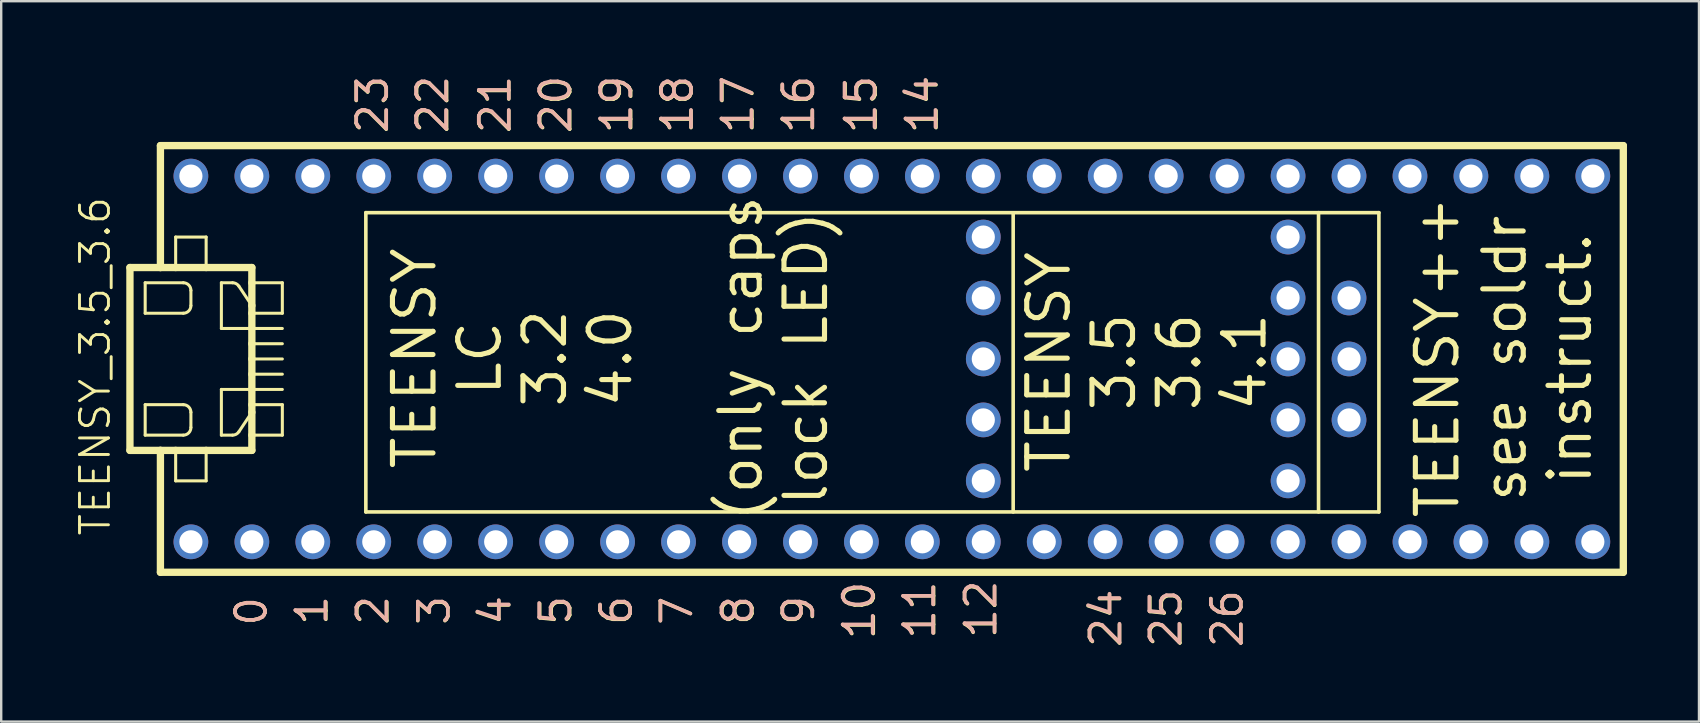
<source format=kicad_pcb>
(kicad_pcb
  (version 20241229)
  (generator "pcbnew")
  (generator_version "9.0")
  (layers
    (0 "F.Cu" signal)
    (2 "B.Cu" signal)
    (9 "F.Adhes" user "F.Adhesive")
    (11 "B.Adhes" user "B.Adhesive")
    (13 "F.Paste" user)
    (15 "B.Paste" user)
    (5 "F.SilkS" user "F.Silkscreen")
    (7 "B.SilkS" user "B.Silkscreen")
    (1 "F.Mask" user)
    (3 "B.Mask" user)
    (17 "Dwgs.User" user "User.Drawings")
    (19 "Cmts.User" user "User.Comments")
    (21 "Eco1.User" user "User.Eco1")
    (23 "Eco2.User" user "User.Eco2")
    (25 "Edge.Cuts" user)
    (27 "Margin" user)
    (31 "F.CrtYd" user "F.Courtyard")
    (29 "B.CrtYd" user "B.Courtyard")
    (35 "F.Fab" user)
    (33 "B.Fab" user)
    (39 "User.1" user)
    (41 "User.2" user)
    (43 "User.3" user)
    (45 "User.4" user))
  (footprint "TEENSY_3.5_3.6"
    (layer "F.Cu")
    (at 32.845 11.908)
    (property "Reference" "TEENSY_3.5_3.6" (at -31.928 0.305 270) (layer "F.SilkS") (effects (font (size 1.206 1.206) (thickness 0.121))))
    (attr through_hole)
    (fp_line (start -30.48 -3.81) (end -30.48 3.81) (stroke (width 0.305) (type solid)) (layer "F.SilkS"))
    (fp_line (start -30.48 3.81) (end -29.21 3.81) (stroke (width 0.305) (type solid)) (layer "F.SilkS"))
    (fp_line (start -29.845 -3.175) (end -29.845 -1.905) (stroke (width 0.127) (type solid)) (layer "F.SilkS"))
    (fp_line (start -29.845 -3.175) (end -28.258 -3.175) (stroke (width 0.127) (type solid)) (layer "F.SilkS"))
    (fp_line (start -29.845 1.905) (end -29.845 3.175) (stroke (width 0.127) (type solid)) (layer "F.SilkS"))
    (fp_line (start -29.845 3.175) (end -28.258 3.175) (stroke (width 0.127) (type solid)) (layer "F.SilkS"))
    (fp_line (start -29.21 -8.89) (end -29.21 -3.81) (stroke (width 0.305) (type solid)) (layer "F.SilkS"))
    (fp_line (start -29.21 -8.89) (end 31.75 -8.89) (stroke (width 0.305) (type solid)) (layer "F.SilkS"))
    (fp_line (start -29.21 -3.81) (end -30.48 -3.81) (stroke (width 0.305) (type solid)) (layer "F.SilkS"))
    (fp_line (start -29.21 3.81) (end -28.575 3.81) (stroke (width 0.305) (type solid)) (layer "F.SilkS"))
    (fp_line (start -29.21 8.89) (end -29.21 3.81) (stroke (width 0.305) (type solid)) (layer "F.SilkS"))
    (fp_line (start -28.575 -5.08) (end -27.305 -5.08) (stroke (width 0.127) (type solid)) (layer "F.SilkS"))
    (fp_line (start -28.575 -3.81) (end -29.21 -3.81) (stroke (width 0.305) (type solid)) (layer "F.SilkS"))
    (fp_line (start -28.575 -3.81) (end -28.575 -5.08) (stroke (width 0.127) (type solid)) (layer "F.SilkS"))
    (fp_line (start -28.575 3.81) (end -28.575 5.08) (stroke (width 0.127) (type solid)) (layer "F.SilkS"))
    (fp_line (start -28.575 3.81) (end -27.305 3.81) (stroke (width 0.305) (type solid)) (layer "F.SilkS"))
    (fp_line (start -28.575 5.08) (end -27.305 5.08) (stroke (width 0.127) (type solid)) (layer "F.SilkS"))
    (fp_line (start -28.258 -1.905) (end -29.845 -1.905) (stroke (width 0.127) (type solid)) (layer "F.SilkS"))
    (fp_line (start -28.258 1.905) (end -29.845 1.905) (stroke (width 0.127) (type solid)) (layer "F.SilkS"))
    (fp_line (start -27.94 -2.857) (end -27.94 -2.223) (stroke (width 0.127) (type solid)) (layer "F.SilkS"))
    (fp_line (start -27.94 2.857) (end -27.94 2.223) (stroke (width 0.127) (type solid)) (layer "F.SilkS"))
    (fp_line (start -27.305 -5.08) (end -27.305 -3.81) (stroke (width 0.127) (type solid)) (layer "F.SilkS"))
    (fp_line (start -27.305 -3.81) (end -28.575 -3.81) (stroke (width 0.305) (type solid)) (layer "F.SilkS"))
    (fp_line (start -27.305 3.81) (end -25.4 3.81) (stroke (width 0.305) (type solid)) (layer "F.SilkS"))
    (fp_line (start -27.305 5.08) (end -27.305 3.81) (stroke (width 0.127) (type solid)) (layer "F.SilkS"))
    (fp_line (start -26.67 -3.175) (end -26.205 -3.175) (stroke (width 0.127) (type solid)) (layer "F.SilkS"))
    (fp_line (start -26.67 -1.27) (end -26.67 -3.175) (stroke (width 0.127) (type solid)) (layer "F.SilkS"))
    (fp_line (start -26.67 1.27) (end -26.67 3.175) (stroke (width 0.127) (type solid)) (layer "F.SilkS"))
    (fp_line (start -26.67 3.175) (end -26.205 3.175) (stroke (width 0.127) (type solid)) (layer "F.SilkS"))
    (fp_line (start -25.941 -3.034) (end -25.4 -2.223) (stroke (width 0.127) (type solid)) (layer "F.SilkS"))
    (fp_line (start -25.941 3.034) (end -25.4 2.223) (stroke (width 0.127) (type solid)) (layer "F.SilkS"))
    (fp_line (start -25.4 -3.81) (end -27.305 -3.81) (stroke (width 0.305) (type solid)) (layer "F.SilkS"))
    (fp_line (start -25.4 -3.175) (end -25.4 -3.81) (stroke (width 0.305) (type solid)) (layer "F.SilkS"))
    (fp_line (start -25.4 -2.223) (end -25.4 -3.175) (stroke (width 0.305) (type solid)) (layer "F.SilkS"))
    (fp_line (start -25.4 -1.905) (end -25.4 -2.223) (stroke (width 0.305) (type solid)) (layer "F.SilkS"))
    (fp_line (start -25.4 -1.905) (end -24.13 -1.905) (stroke (width 0.127) (type solid)) (layer "F.SilkS"))
    (fp_line (start -25.4 -1.27) (end -26.67 -1.27) (stroke (width 0.127) (type solid)) (layer "F.SilkS"))
    (fp_line (start -25.4 -1.27) (end -25.4 -1.905) (stroke (width 0.305) (type solid)) (layer "F.SilkS"))
    (fp_line (start -25.4 -1.27) (end -24.13 -1.27) (stroke (width 0.127) (type solid)) (layer "F.SilkS"))
    (fp_line (start -25.4 -0.635) (end -25.4 -1.27) (stroke (width 0.305) (type solid)) (layer "F.SilkS"))
    (fp_line (start -25.4 -0.635) (end -24.13 -0.635) (stroke (width 0.127) (type solid)) (layer "F.SilkS"))
    (fp_line (start -25.4 0) (end -25.4 -0.635) (stroke (width 0.305) (type solid)) (layer "F.SilkS"))
    (fp_line (start -25.4 0) (end -24.13 0) (stroke (width 0.127) (type solid)) (layer "F.SilkS"))
    (fp_line (start -25.4 0.635) (end -25.4 0) (stroke (width 0.305) (type solid)) (layer "F.SilkS"))
    (fp_line (start -25.4 0.635) (end -24.13 0.635) (stroke (width 0.127) (type solid)) (layer "F.SilkS"))
    (fp_line (start -25.4 1.27) (end -26.67 1.27) (stroke (width 0.127) (type solid)) (layer "F.SilkS"))
    (fp_line (start -25.4 1.27) (end -25.4 0.635) (stroke (width 0.305) (type solid)) (layer "F.SilkS"))
    (fp_line (start -25.4 1.27) (end -24.13 1.27) (stroke (width 0.127) (type solid)) (layer "F.SilkS"))
    (fp_line (start -25.4 1.905) (end -25.4 1.27) (stroke (width 0.305) (type solid)) (layer "F.SilkS"))
    (fp_line (start -25.4 1.905) (end -24.13 1.905) (stroke (width 0.127) (type solid)) (layer "F.SilkS"))
    (fp_line (start -25.4 2.223) (end -25.4 1.905) (stroke (width 0.305) (type solid)) (layer "F.SilkS"))
    (fp_line (start -25.4 3.175) (end -25.4 2.223) (stroke (width 0.305) (type solid)) (layer "F.SilkS"))
    (fp_line (start -25.4 3.81) (end -25.4 3.175) (stroke (width 0.305) (type solid)) (layer "F.SilkS"))
    (fp_line (start -24.13 -3.175) (end -25.4 -3.175) (stroke (width 0.127) (type solid)) (layer "F.SilkS"))
    (fp_line (start -24.13 -1.905) (end -24.13 -3.175) (stroke (width 0.127) (type solid)) (layer "F.SilkS"))
    (fp_line (start -24.13 1.905) (end -24.13 3.175) (stroke (width 0.127) (type solid)) (layer "F.SilkS"))
    (fp_line (start -24.13 3.175) (end -25.4 3.175) (stroke (width 0.127) (type solid)) (layer "F.SilkS"))
    (fp_line (start -20.65 -6.096) (end -20.65 6.375) (stroke (width 0.15) (type solid)) (layer "F.SilkS"))
    (fp_line (start -20.65 6.375) (end 21.565 6.375) (stroke (width 0.15) (type solid)) (layer "F.SilkS"))
    (fp_line (start 6.325 6.375) (end 6.325 -6.045) (stroke (width 0.15) (type solid)) (layer "F.SilkS"))
    (fp_line (start 19.05 6.375) (end 19.05 -6.096) (stroke (width 0.15) (type solid)) (layer "F.SilkS"))
    (fp_line (start 21.565 -6.096) (end -20.65 -6.096) (stroke (width 0.15) (type solid)) (layer "F.SilkS"))
    (fp_line (start 21.565 6.375) (end 21.565 -6.096) (stroke (width 0.15) (type solid)) (layer "F.SilkS"))
    (fp_line (start 31.75 -8.89) (end 31.75 8.89) (stroke (width 0.305) (type solid)) (layer "F.SilkS"))
    (fp_line (start 31.75 8.89) (end -29.21 8.89) (stroke (width 0.305) (type solid)) (layer "F.SilkS"))
    (fp_arc (start -28.2575 -3.175) (mid -28.032994 -3.082006) (end -27.94 -2.8575) (stroke (width 0.127) (type solid)) (layer "F.SilkS"))
    (fp_arc (start -28.2575 1.905) (mid -28.032994 1.997994) (end -27.94 2.2225) (stroke (width 0.127) (type solid)) (layer "F.SilkS"))
    (fp_arc (start -27.94 -2.2225) (mid -28.032994 -1.997994) (end -28.2575 -1.905) (stroke (width 0.127) (type solid)) (layer "F.SilkS"))
    (fp_arc (start -27.94 2.8575) (mid -28.032994 3.082006) (end -28.2575 3.175) (stroke (width 0.127) (type solid)) (layer "F.SilkS"))
    (fp_arc (start -26.204921 -3.175) (mid -26.055104 -3.137431) (end -25.940741 -3.033615) (stroke (width 0.127) (type solid)) (layer "F.SilkS"))
    (fp_arc (start -25.940741 3.033615) (mid -26.055104 3.137432) (end -26.204921 3.175) (stroke (width 0.127) (type solid)) (layer "F.SilkS"))
    (fp_text user "9" (at -2.616 10.49 90) (unlocked yes) (layer "F.SilkS") (effects (font (size 1.25 1.25) (thickness 0.15))))
    (fp_text user "1" (at -22.885 10.49 90) (unlocked yes) (layer "F.SilkS") (effects (font (size 1.25 1.25) (thickness 0.15))))
    (fp_text user "7" (at -7.696 10.49 90) (unlocked yes) (layer "F.SilkS") (effects (font (size 1.25 1.25) (thickness 0.15))))
    (fp_text user "23" (at -20.371 -10.592 90) (unlocked yes) (layer "F.SilkS") (effects (font (size 1.25 1.25) (thickness 0.15))))
    (fp_text user "17" (at -5.131 -10.592 90) (unlocked yes) (layer "F.SilkS") (effects (font (size 1.25 1.25) (thickness 0.15))))
    (fp_text user "6" (at -10.211 10.49 90) (unlocked yes) (layer "F.SilkS") (effects (font (size 1.25 1.25) (thickness 0.15))))
    (fp_text user "see soldr\ninstruct." (at 28.169 -0.025 90) (unlocked yes) (layer "F.SilkS") (effects (font (size 1.689 1.689) (thickness 0.213))))
    (fp_text user "8" (at -5.131 10.49 90) (unlocked yes) (layer "F.SilkS") (effects (font (size 1.25 1.25) (thickness 0.15))))
    (fp_text user "TEENSY\nLC\n3.2\n4.0\n\n(only caps\nlock LED)" (at -10.465 -0.025 90) (unlocked yes) (layer "F.SilkS") (effects (font (size 1.689 1.689) (thickness 0.213))))
    (fp_text user "11" (at 2.438 10.465 90) (unlocked yes) (layer "F.SilkS") (effects (font (size 1.25 1.25) (thickness 0.15))))
    (fp_text user "10" (at -0.076 10.49 90) (unlocked yes) (layer "F.SilkS") (effects (font (size 1.25 1.25) (thickness 0.15))))
    (fp_text user "26" (at 15.24 10.82 90) (unlocked yes) (layer "F.SilkS") (effects (font (size 1.25 1.25) (thickness 0.15))))
    (fp_text user "20" (at -12.725 -10.592 90) (unlocked yes) (layer "F.SilkS") (effects (font (size 1.25 1.25) (thickness 0.15))))
    (fp_text user "25" (at 12.7 10.82 90) (unlocked yes) (layer "F.SilkS") (effects (font (size 1.25 1.25) (thickness 0.15))))
    (fp_text user "19" (at -10.185 -10.592 90) (unlocked yes) (layer "F.SilkS") (effects (font (size 1.25 1.25) (thickness 0.15))))
    (fp_text user "15" (at 0 -10.592 90) (unlocked yes) (layer "F.SilkS") (effects (font (size 1.25 1.25) (thickness 0.15))))
    (fp_text user "2" (at -20.345 10.49 90) (unlocked yes) (layer "F.SilkS") (effects (font (size 1.25 1.25) (thickness 0.15))))
    (fp_text user "16" (at -2.616 -10.592 90) (unlocked yes) (layer "F.SilkS") (effects (font (size 1.25 1.25) (thickness 0.15))))
    (fp_text user "12" (at 4.978 10.439 90) (unlocked yes) (layer "F.SilkS") (effects (font (size 1.25 1.25) (thickness 0.15))))
    (fp_text user "4" (at -15.265 10.49 90) (unlocked yes) (layer "F.SilkS") (effects (font (size 1.25 1.25) (thickness 0.15))))
    (fp_text user "TEENSY++" (at 24.003 -0.076 90) (unlocked yes) (layer "F.SilkS") (effects (font (size 1.689 1.689) (thickness 0.213))))
    (fp_text user "3" (at -17.805 10.49 90) (unlocked yes) (layer "F.SilkS") (effects (font (size 1.25 1.25) (thickness 0.15))))
    (fp_text user "5" (at -12.725 10.49 90) (unlocked yes) (layer "F.SilkS") (effects (font (size 1.25 1.25) (thickness 0.15))))
    (fp_text user "21" (at -15.265 -10.592 90) (unlocked yes) (layer "F.SilkS") (effects (font (size 1.25 1.25) (thickness 0.15))))
    (fp_text user "14" (at 2.54 -10.592 90) (unlocked yes) (layer "F.SilkS") (effects (font (size 1.25 1.25) (thickness 0.15))))
    (fp_text user "18" (at -7.671 -10.592 90) (unlocked yes) (layer "F.SilkS") (effects (font (size 1.25 1.25) (thickness 0.15))))
    (fp_text user "TEENSY\n3.5\n3.6\n4.1" (at 11.887 0.127 90) (unlocked yes) (layer "F.SilkS") (effects (font (size 1.689 1.689) (thickness 0.213))))
    (fp_text user "0" (at -25.425 10.516 90) (unlocked yes) (layer "F.SilkS") (effects (font (size 1.25 1.25) (thickness 0.15))))
    (fp_text user "24" (at 10.185 10.82 90) (unlocked yes) (layer "F.SilkS") (effects (font (size 1.25 1.25) (thickness 0.15))))
    (fp_text user "22" (at -17.856 -10.592 90) (unlocked yes) (layer "F.SilkS") (effects (font (size 1.25 1.25) (thickness 0.15))))
    (fp_text user "22" (at -17.882 -10.617 90) (unlocked yes) (layer "B.SilkS") (effects (font (size 1.25 1.25) (thickness 0.15))))
    (fp_text user "7" (at -7.696 10.49 90) (unlocked yes) (layer "B.SilkS") (effects (font (size 1.25 1.25) (thickness 0.15))))
    (fp_text user "26" (at 15.24 10.82 90) (unlocked yes) (layer "B.SilkS") (effects (font (size 1.25 1.25) (thickness 0.15))))
    (fp_text user "24" (at 10.185 10.795 90) (unlocked yes) (layer "B.SilkS") (effects (font (size 1.25 1.25) (thickness 0.15))))
    (fp_text user "1" (at -22.911 10.465 90) (unlocked yes) (layer "B.SilkS") (effects (font (size 1.25 1.25) (thickness 0.15))))
    (fp_text user "17" (at -5.156 -10.617 90) (unlocked yes) (layer "B.SilkS") (effects (font (size 1.25 1.25) (thickness 0.15))))
    (fp_text user "25" (at 12.675 10.795 90) (unlocked yes) (layer "B.SilkS") (effects (font (size 1.25 1.25) (thickness 0.15))))
    (fp_text user "12" (at 4.978 10.414 90) (unlocked yes) (layer "B.SilkS") (effects (font (size 1.25 1.25) (thickness 0.15))))
    (fp_text user "5" (at -12.751 10.465 90) (unlocked yes) (layer "B.SilkS") (effects (font (size 1.25 1.25) (thickness 0.15))))
    (fp_text user "16" (at -2.616 -10.617 90) (unlocked yes) (layer "B.SilkS") (effects (font (size 1.25 1.25) (thickness 0.15))))
    (fp_text user "20" (at -12.751 -10.617 90) (unlocked yes) (layer "B.SilkS") (effects (font (size 1.25 1.25) (thickness 0.15))))
    (fp_text user "2" (at -20.371 10.465 90) (unlocked yes) (layer "B.SilkS") (effects (font (size 1.25 1.25) (thickness 0.15))))
    (fp_text user "3" (at -17.805 10.465 90) (unlocked yes) (layer "B.SilkS") (effects (font (size 1.25 1.25) (thickness 0.15))))
    (fp_text user "19" (at -10.211 -10.617 90) (unlocked yes) (layer "B.SilkS") (effects (font (size 1.25 1.25) (thickness 0.15))))
    (fp_text user "8" (at -5.156 10.465 90) (unlocked yes) (layer "B.SilkS") (effects (font (size 1.25 1.25) (thickness 0.15))))
    (fp_text user "4" (at -15.265 10.465 90) (unlocked yes) (layer "B.SilkS") (effects (font (size 1.25 1.25) (thickness 0.15))))
    (fp_text user "23" (at -20.371 -10.617 90) (unlocked yes) (layer "B.SilkS") (effects (font (size 1.25 1.25) (thickness 0.15))))
    (fp_text user "0" (at -25.425 10.516 90) (unlocked yes) (layer "B.SilkS") (effects (font (size 1.25 1.25) (thickness 0.15))))
    (fp_text user "10" (at -0.102 10.465 90) (unlocked yes) (layer "B.SilkS") (effects (font (size 1.25 1.25) (thickness 0.15))))
    (fp_text user "11" (at 2.413 10.465 90) (unlocked yes) (layer "B.SilkS") (effects (font (size 1.25 1.25) (thickness 0.15))))
    (fp_text user "21" (at -15.265 -10.617 90) (unlocked yes) (layer "B.SilkS") (effects (font (size 1.25 1.25) (thickness 0.15))))
    (fp_text user "6" (at -10.211 10.465 90) (unlocked yes) (layer "B.SilkS") (effects (font (size 1.25 1.25) (thickness 0.15))))
    (fp_text user "18" (at -7.671 -10.617 90) (unlocked yes) (layer "B.SilkS") (effects (font (size 1.25 1.25) (thickness 0.15))))
    (fp_text user "9" (at -2.616 10.465 90) (unlocked yes) (layer "B.SilkS") (effects (font (size 1.25 1.25) (thickness 0.15))))
    (fp_text user "14" (at 2.515 -10.617 90) (unlocked yes) (layer "B.SilkS") (effects (font (size 1.25 1.25) (thickness 0.15))))
    (fp_text user "15" (at -0.025 -10.617 90) (unlocked yes) (layer "B.SilkS") (effects (font (size 1.25 1.25) (thickness 0.15))))
    (pad "0/RX" thru_hole circle (at -25.4 7.62) (size 1.448 1.448) (drill 0.965) (layers "*.Cu" "*.Mask"))
    (pad "1/TX" thru_hole circle (at -22.86 7.62) (size 1.448 1.448) (drill 0.965) (layers "*.Cu" "*.Mask"))
    (pad "2" thru_hole circle (at -20.32 7.62) (size 1.448 1.448) (drill 0.965) (layers "*.Cu" "*.Mask"))
    (pad "3/CANTX" thru_hole circle (at -17.78 7.62) (size 1.448 1.448) (drill 0.965) (layers "*.Cu" "*.Mask"))
    (pad "3V3" thru_hole circle (at 7.62 7.62) (size 1.448 1.448) (drill 0.965) (layers "*.Cu" "*.Mask"))
    (pad "3V3_2" thru_hole circle (at 5.08 2.54) (size 1.448 1.448) (drill 0.965) (layers "*.Cu" "*.Mask"))
    (pad "3V3_2" thru_hole circle (at 17.78 2.54) (size 1.448 1.448) (drill 0.965) (layers "*.Cu" "*.Mask"))
    (pad "3V3_2" thru_hole circle (at 20.32 2.54) (size 1.448 1.448) (drill 0.965) (layers "*.Cu" "*.Mask"))
    (pad "3V3_LO" thru_hole circle (at -22.86 -7.62) (size 1.448 1.448) (drill 0.965) (layers "*.Cu" "*.Mask"))
    (pad "4/CANRX" thru_hole circle (at -15.24 7.62) (size 1.448 1.448) (drill 0.965) (layers "*.Cu" "*.Mask"))
    (pad "5" thru_hole circle (at -12.7 7.62) (size 1.448 1.448) (drill 0.965) (layers "*.Cu" "*.Mask"))
    (pad "6" thru_hole circle (at -10.16 7.62) (size 1.448 1.448) (drill 0.965) (layers "*.Cu" "*.Mask"))
    (pad "7" thru_hole circle (at -7.62 7.62) (size 1.448 1.448) (drill 0.965) (layers "*.Cu" "*.Mask"))
    (pad "8" thru_hole circle (at -5.08 7.62) (size 1.448 1.448) (drill 0.965) (layers "*.Cu" "*.Mask"))
    (pad "9/CS" thru_hole circle (at -2.54 7.62) (size 1.448 1.448) (drill 0.965) (layers "*.Cu" "*.Mask"))
    (pad "10/CS" thru_hole circle (at 0 7.62) (size 1.448 1.448) (drill 0.965) (layers "*.Cu" "*.Mask"))
    (pad "11/MOSI" thru_hole circle (at 2.54 7.62) (size 1.448 1.448) (drill 0.965) (layers "*.Cu" "*.Mask"))
    (pad "12/MISO" thru_hole circle (at 5.08 7.62) (size 1.448 1.448) (drill 0.965) (layers "*.Cu" "*.Mask"))
    (pad "13/SCK" thru_hole circle (at 5.08 -7.62) (size 1.448 1.448) (drill 0.965) (layers "*.Cu" "*.Mask"))
    (pad "14/A0" thru_hole circle (at 2.54 -7.62) (size 1.448 1.448) (drill 0.965) (layers "*.Cu" "*.Mask"))
    (pad "15/A1" thru_hole circle (at 0 -7.62) (size 1.448 1.448) (drill 0.965) (layers "*.Cu" "*.Mask"))
    (pad "16/A2" thru_hole circle (at -2.54 -7.62) (size 1.448 1.448) (drill 0.965) (layers "*.Cu" "*.Mask"))
    (pad "17/A3" thru_hole circle (at -5.08 -7.62) (size 1.448 1.448) (drill 0.965) (layers "*.Cu" "*.Mask"))
    (pad "18/A4/SDA" thru_hole circle (at -7.62 -7.62) (size 1.448 1.448) (drill 0.965) (layers "*.Cu" "*.Mask"))
    (pad "19/A5/SCL" thru_hole circle (at -10.16 -7.62) (size 1.448 1.448) (drill 0.965) (layers "*.Cu" "*.Mask"))
    (pad "20/A6" thru_hole circle (at -12.7 -7.62) (size 1.448 1.448) (drill 0.965) (layers "*.Cu" "*.Mask"))
    (pad "21/A7" thru_hole circle (at -15.24 -7.62) (size 1.448 1.448) (drill 0.965) (layers "*.Cu" "*.Mask"))
    (pad "21/DAC0" thru_hole circle (at 12.7 -7.62) (size 1.448 1.448) (drill 0.965) (layers "*.Cu" "*.Mask"))
    (pad "22/A8" thru_hole circle (at -17.78 -7.62) (size 1.448 1.448) (drill 0.965) (layers "*.Cu" "*.Mask"))
    (pad "23/A9" thru_hole circle (at -20.32 -7.62) (size 1.448 1.448) (drill 0.965) (layers "*.Cu" "*.Mask"))
    (pad "24" thru_hole circle (at 10.16 7.62) (size 1.448 1.448) (drill 0.965) (layers "*.Cu" "*.Mask"))
    (pad "25" thru_hole circle (at 12.7 7.62) (size 1.448 1.448) (drill 0.965) (layers "*.Cu" "*.Mask"))
    (pad "26" thru_hole circle (at 15.24 7.62) (size 1.448 1.448) (drill 0.965) (layers "*.Cu" "*.Mask"))
    (pad "27" thru_hole circle (at 17.78 7.62) (size 1.448 1.448) (drill 0.965) (layers "*.Cu" "*.Mask"))
    (pad "28" thru_hole circle (at 20.32 7.62) (size 1.448 1.448) (drill 0.965) (layers "*.Cu" "*.Mask"))
    (pad "29" thru_hole circle (at 22.86 7.62) (size 1.448 1.448) (drill 0.965) (layers "*.Cu" "*.Mask"))
    (pad "30" thru_hole circle (at 25.4 7.62) (size 1.448 1.448) (drill 0.965) (layers "*.Cu" "*.Mask"))
    (pad "31/A12" thru_hole circle (at 27.94 7.62) (size 1.448 1.448) (drill 0.965) (layers "*.Cu" "*.Mask"))
    (pad "32/A13" thru_hole circle (at 30.48 7.62) (size 1.448 1.448) (drill 0.965) (layers "*.Cu" "*.Mask"))
    (pad "33/A14" thru_hole circle (at 30.48 -7.62) (size 1.448 1.448) (drill 0.965) (layers "*.Cu" "*.Mask"))
    (pad "34/A15" thru_hole circle (at 27.94 -7.62) (size 1.448 1.448) (drill 0.965) (layers "*.Cu" "*.Mask"))
    (pad "35/A16" thru_hole circle (at 25.4 -7.62) (size 1.448 1.448) (drill 0.965) (layers "*.Cu" "*.Mask"))
    (pad "36/A17" thru_hole circle (at 22.86 -7.62) (size 1.448 1.448) (drill 0.965) (layers "*.Cu" "*.Mask"))
    (pad "37/A18" thru_hole circle (at 20.32 -7.62) (size 1.448 1.448) (drill 0.965) (layers "*.Cu" "*.Mask"))
    (pad "38/A19" thru_hole circle (at 17.78 -7.62) (size 1.448 1.448) (drill 0.965) (layers "*.Cu" "*.Mask"))
    (pad "39/A20" thru_hole circle (at 15.24 -7.62) (size 1.448 1.448) (drill 0.965) (layers "*.Cu" "*.Mask"))
    (pad "A22/DAC1" thru_hole circle (at 10.16 -7.62) (size 1.448 1.448) (drill 0.965) (layers "*.Cu" "*.Mask"))
    (pad "AGND" thru_hole circle (at -25.4 -7.62) (size 1.448 1.448) (drill 0.965) (layers "*.Cu" "*.Mask"))
    (pad "GND" thru_hole circle (at -27.94 7.62) (size 1.448 1.448) (drill 0.965) (layers "*.Cu" "*.Mask"))
    (pad "GND2" thru_hole circle (at 7.62 -7.62) (size 1.448 1.448) (drill 0.965) (layers "*.Cu" "*.Mask"))
    (pad "GND3" thru_hole circle (at 5.08 0) (size 1.448 1.448) (drill 0.965) (layers "*.Cu" "*.Mask"))
    (pad "GND3" thru_hole circle (at 17.78 0) (size 1.448 1.448) (drill 0.965) (layers "*.Cu" "*.Mask"))
    (pad "GND3" thru_hole circle (at 20.32 0) (size 1.448 1.448) (drill 0.965) (layers "*.Cu" "*.Mask"))
    (pad "PROG" thru_hole circle (at 5.08 -2.54) (size 1.448 1.448) (drill 0.965) (layers "*.Cu" "*.Mask"))
    (pad "PROG" thru_hole circle (at 17.78 -2.54) (size 1.448 1.448) (drill 0.965) (layers "*.Cu" "*.Mask"))
    (pad "RESET" thru_hole circle (at 5.08 -5.08) (size 1.448 1.448) (drill 0.965) (layers "*.Cu" "*.Mask"))
    (pad "RESET" thru_hole circle (at 17.78 -5.08) (size 1.448 1.448) (drill 0.965) (layers "*.Cu" "*.Mask"))
    (pad "RESET" thru_hole circle (at 20.32 -2.54) (size 1.448 1.448) (drill 0.965) (layers "*.Cu" "*.Mask"))
    (pad "VBAT" thru_hole circle (at 5.08 5.08) (size 1.448 1.448) (drill 0.965) (layers "*.Cu" "*.Mask"))
    (pad "VBAT" thru_hole circle (at 17.78 5.08) (size 1.448 1.448) (drill 0.965) (layers "*.Cu" "*.Mask"))
    (pad "VIN" thru_hole circle (at -27.94 -7.62) (size 1.448 1.448) (drill 0.965) (layers "*.Cu" "*.Mask")))
  (gr_rect
    (start -3 -3)
    (end 67.748 27.019)
    (stroke (width 0.1) (type default))
    (fill no)
    (layer "Edge.Cuts")))
</source>
